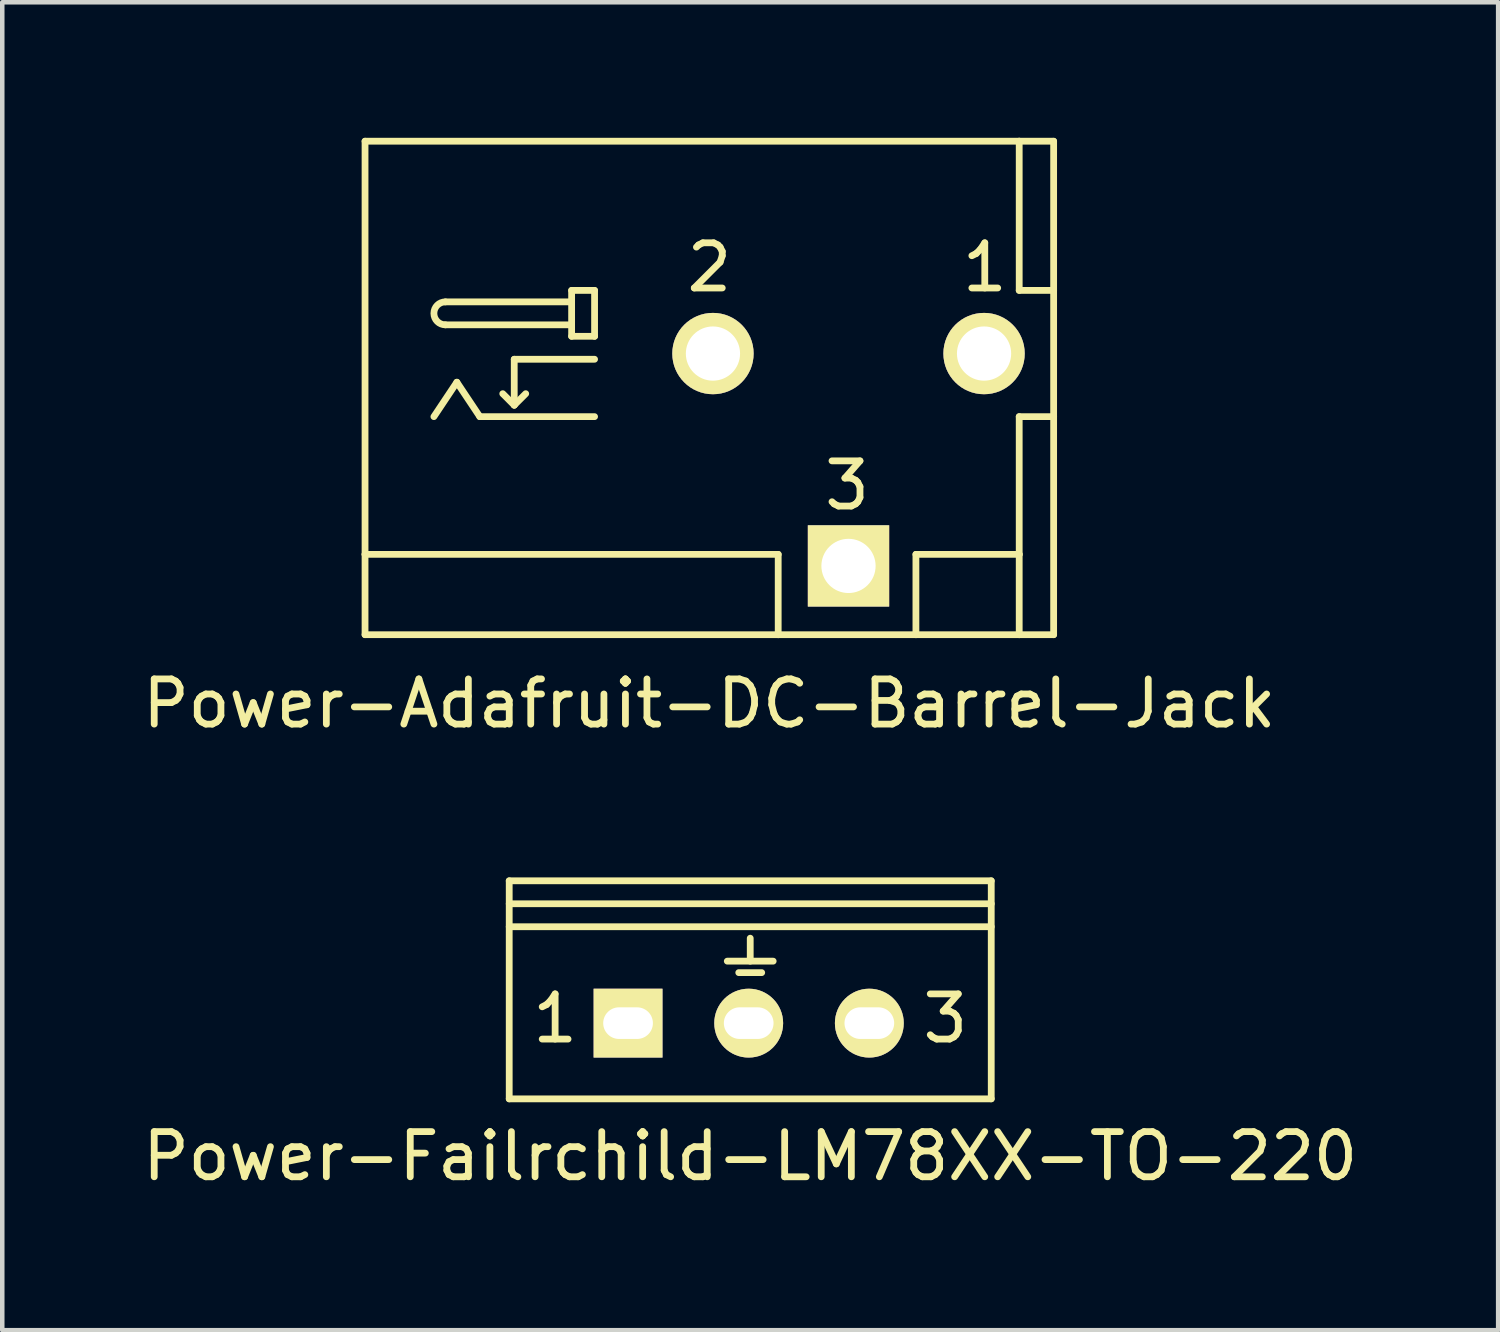
<source format=kicad_pcb>
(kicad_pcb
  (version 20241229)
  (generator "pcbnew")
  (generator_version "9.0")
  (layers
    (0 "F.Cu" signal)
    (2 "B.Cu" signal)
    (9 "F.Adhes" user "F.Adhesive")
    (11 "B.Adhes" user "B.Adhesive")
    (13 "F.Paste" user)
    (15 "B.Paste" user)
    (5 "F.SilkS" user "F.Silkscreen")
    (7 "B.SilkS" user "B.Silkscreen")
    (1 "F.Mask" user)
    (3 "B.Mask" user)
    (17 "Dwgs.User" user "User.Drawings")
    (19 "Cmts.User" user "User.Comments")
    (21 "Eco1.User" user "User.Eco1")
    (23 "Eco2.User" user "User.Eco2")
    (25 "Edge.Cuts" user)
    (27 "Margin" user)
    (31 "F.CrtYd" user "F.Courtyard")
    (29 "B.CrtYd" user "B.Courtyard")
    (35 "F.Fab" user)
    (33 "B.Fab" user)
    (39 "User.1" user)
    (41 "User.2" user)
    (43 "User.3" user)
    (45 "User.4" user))
  (footprint "Power-Failrchild-LM78XX-TO-220"
    (layer "F.Cu")
    (at 13.554 19.492)
    (property "Reference" "Power-Failrchild-LM78XX-TO-220" (at 0 3.048 0) (layer "F.SilkS") (effects (font (size 1 1) (thickness 0.15))))
    (attr through_hole)
    (fp_line (start -5.334 -3.048) (end -5.334 1.778) (stroke (width 0.15) (type solid)) (layer "F.SilkS"))
    (fp_line (start -5.334 -3.048) (end 5.334 -3.048) (stroke (width 0.15) (type solid)) (layer "F.SilkS"))
    (fp_line (start -5.334 -2.54) (end 5.334 -2.54) (stroke (width 0.15) (type solid)) (layer "F.SilkS"))
    (fp_line (start -5.334 -2.032) (end 5.334 -2.032) (stroke (width 0.15) (type solid)) (layer "F.SilkS"))
    (fp_line (start -5.334 1.778) (end 5.334 1.778) (stroke (width 0.15) (type solid)) (layer "F.SilkS"))
    (fp_line (start -0.508 -1.27) (end 0.508 -1.27) (stroke (width 0.15) (type solid)) (layer "F.SilkS"))
    (fp_line (start -0.254 -1.016) (end 0.254 -1.016) (stroke (width 0.15) (type solid)) (layer "F.SilkS"))
    (fp_line (start 0 -1.27) (end 0 -1.778) (stroke (width 0.15) (type solid)) (layer "F.SilkS"))
    (fp_line (start 5.334 -3.048) (end 5.334 1.778) (stroke (width 0.15) (type solid)) (layer "F.SilkS"))
    (fp_text user "1" (at -4.318 0 0) (layer "F.SilkS") (effects (font (size 1 1) (thickness 0.15))))
    (fp_text user "3" (at 4.318 0 0) (layer "F.SilkS") (effects (font (size 1 1) (thickness 0.15))))
    (pad "1" thru_hole rect (at -2.704 0.102) (size 1.524 1.524) (drill oval 1.1 0.7) (layers "*.Cu" "*.Mask" "F.SilkS"))
    (pad "2" thru_hole circle (at -0.034 0.102) (size 1.524 1.524) (drill oval 1.1 0.7) (layers "*.Cu" "*.Mask" "F.SilkS"))
    (pad "3" thru_hole circle (at 2.636 0.102) (size 1.524 1.524) (drill oval 1.1 0.7) (layers "*.Cu" "*.Mask" "F.SilkS")))
  (footprint "Power-Adafruit-DC-Barrel-Jack"
    (layer "F.Cu")
    (at 12.649 4.901)
    (property "Reference" "Power-Adafruit-DC-Barrel-Jack" (at 0 7.62 0) (layer "F.SilkS") (effects (font (size 1 1) (thickness 0.15))))
    (attr through_hole)
    (fp_line (start -7.62 -4.826) (end -7.62 4.318) (stroke (width 0.15) (type solid)) (layer "F.SilkS"))
    (fp_line (start -7.62 -4.826) (end 6.858 -4.826) (stroke (width 0.15) (type solid)) (layer "F.SilkS"))
    (fp_line (start -7.62 4.318) (end -7.62 6.096) (stroke (width 0.15) (type solid)) (layer "F.SilkS"))
    (fp_line (start -7.62 6.096) (end 1.524 6.096) (stroke (width 0.15) (type solid)) (layer "F.SilkS"))
    (fp_line (start -6.096 1.27) (end -5.588 0.508) (stroke (width 0.15) (type solid)) (layer "F.SilkS"))
    (fp_line (start -5.842 -1.27) (end -3.048 -1.27) (stroke (width 0.15) (type solid)) (layer "F.SilkS"))
    (fp_line (start -5.842 -0.762) (end -3.048 -0.762) (stroke (width 0.15) (type solid)) (layer "F.SilkS"))
    (fp_line (start -5.588 0.508) (end -5.08 1.27) (stroke (width 0.15) (type solid)) (layer "F.SilkS"))
    (fp_line (start -5.08 1.27) (end -2.54 1.27) (stroke (width 0.15) (type solid)) (layer "F.SilkS"))
    (fp_line (start -4.318 0) (end -2.54 0) (stroke (width 0.15) (type solid)) (layer "F.SilkS"))
    (fp_line (start -4.318 1.016) (end -4.572 0.762) (stroke (width 0.15) (type solid)) (layer "F.SilkS"))
    (fp_line (start -4.318 1.016) (end -4.318 0) (stroke (width 0.15) (type solid)) (layer "F.SilkS"))
    (fp_line (start -4.318 1.016) (end -4.064 0.762) (stroke (width 0.15) (type solid)) (layer "F.SilkS"))
    (fp_line (start -3.048 -1.524) (end -3.048 -0.508) (stroke (width 0.15) (type solid)) (layer "F.SilkS"))
    (fp_line (start -3.048 -1.524) (end -2.54 -1.524) (stroke (width 0.15) (type solid)) (layer "F.SilkS"))
    (fp_line (start -3.048 -0.508) (end -2.54 -0.508) (stroke (width 0.15) (type solid)) (layer "F.SilkS"))
    (fp_line (start -2.54 -0.508) (end -2.54 -1.524) (stroke (width 0.15) (type solid)) (layer "F.SilkS"))
    (fp_line (start 1.524 4.318) (end -7.62 4.318) (stroke (width 0.15) (type solid)) (layer "F.SilkS"))
    (fp_line (start 1.524 4.318) (end 1.524 6.096) (stroke (width 0.15) (type solid)) (layer "F.SilkS"))
    (fp_line (start 1.524 6.096) (end 4.572 6.096) (stroke (width 0.15) (type solid)) (layer "F.SilkS"))
    (fp_line (start 4.572 6.096) (end 4.572 4.318) (stroke (width 0.15) (type solid)) (layer "F.SilkS"))
    (fp_line (start 4.572 6.096) (end 6.858 6.096) (stroke (width 0.15) (type solid)) (layer "F.SilkS"))
    (fp_line (start 6.858 -4.826) (end 7.62 -4.826) (stroke (width 0.15) (type solid)) (layer "F.SilkS"))
    (fp_line (start 6.858 -1.524) (end 6.858 -4.826) (stroke (width 0.15) (type solid)) (layer "F.SilkS"))
    (fp_line (start 6.858 -1.524) (end 7.62 -1.524) (stroke (width 0.15) (type solid)) (layer "F.SilkS"))
    (fp_line (start 6.858 1.27) (end 6.858 4.318) (stroke (width 0.15) (type solid)) (layer "F.SilkS"))
    (fp_line (start 6.858 4.318) (end 4.572 4.318) (stroke (width 0.15) (type solid)) (layer "F.SilkS"))
    (fp_line (start 6.858 6.096) (end 6.858 4.318) (stroke (width 0.15) (type solid)) (layer "F.SilkS"))
    (fp_line (start 7.62 -4.826) (end 7.62 -1.524) (stroke (width 0.15) (type solid)) (layer "F.SilkS"))
    (fp_line (start 7.62 -1.524) (end 7.62 1.27) (stroke (width 0.15) (type solid)) (layer "F.SilkS"))
    (fp_line (start 7.62 1.27) (end 6.858 1.27) (stroke (width 0.15) (type solid)) (layer "F.SilkS"))
    (fp_line (start 7.62 1.27) (end 7.62 6.096) (stroke (width 0.15) (type solid)) (layer "F.SilkS"))
    (fp_line (start 7.62 6.096) (end 6.858 6.096) (stroke (width 0.15) (type solid)) (layer "F.SilkS"))
    (fp_arc (start -5.842 -0.762) (mid -6.096 -1.016) (end -5.842 -1.27) (stroke (width 0.15) (type solid)) (layer "F.SilkS"))
    (fp_text user "1" (at 6.096 -2.032 0) (layer "F.SilkS") (effects (font (size 1 1) (thickness 0.15))))
    (fp_text user "3" (at 3.048 2.794 0) (layer "F.SilkS") (effects (font (size 1 1) (thickness 0.15))))
    (fp_text user "2" (at 0 -2.032 0) (layer "F.SilkS") (effects (font (size 1 1) (thickness 0.15))))
    (pad "1" thru_hole rect (at 3.08 4.574) (size 1.8 1.8) (drill 1.2) (layers "*.Cu" "*.Mask" "F.SilkS"))
    (pad "2" thru_hole circle (at 0.08 -0.126) (size 1.8 1.8) (drill 1.2) (layers "*.Cu" "*.Mask" "F.SilkS"))
    (pad "3" thru_hole circle (at 6.08 -0.126) (size 1.8 1.8) (drill 1.2) (layers "*.Cu" "*.Mask" "F.SilkS")))
  (gr_rect
    (start -3 -3)
    (end 30.107 26.389)
    (stroke (width 0.1) (type default))
    (fill no)
    (layer "Edge.Cuts")))
</source>
